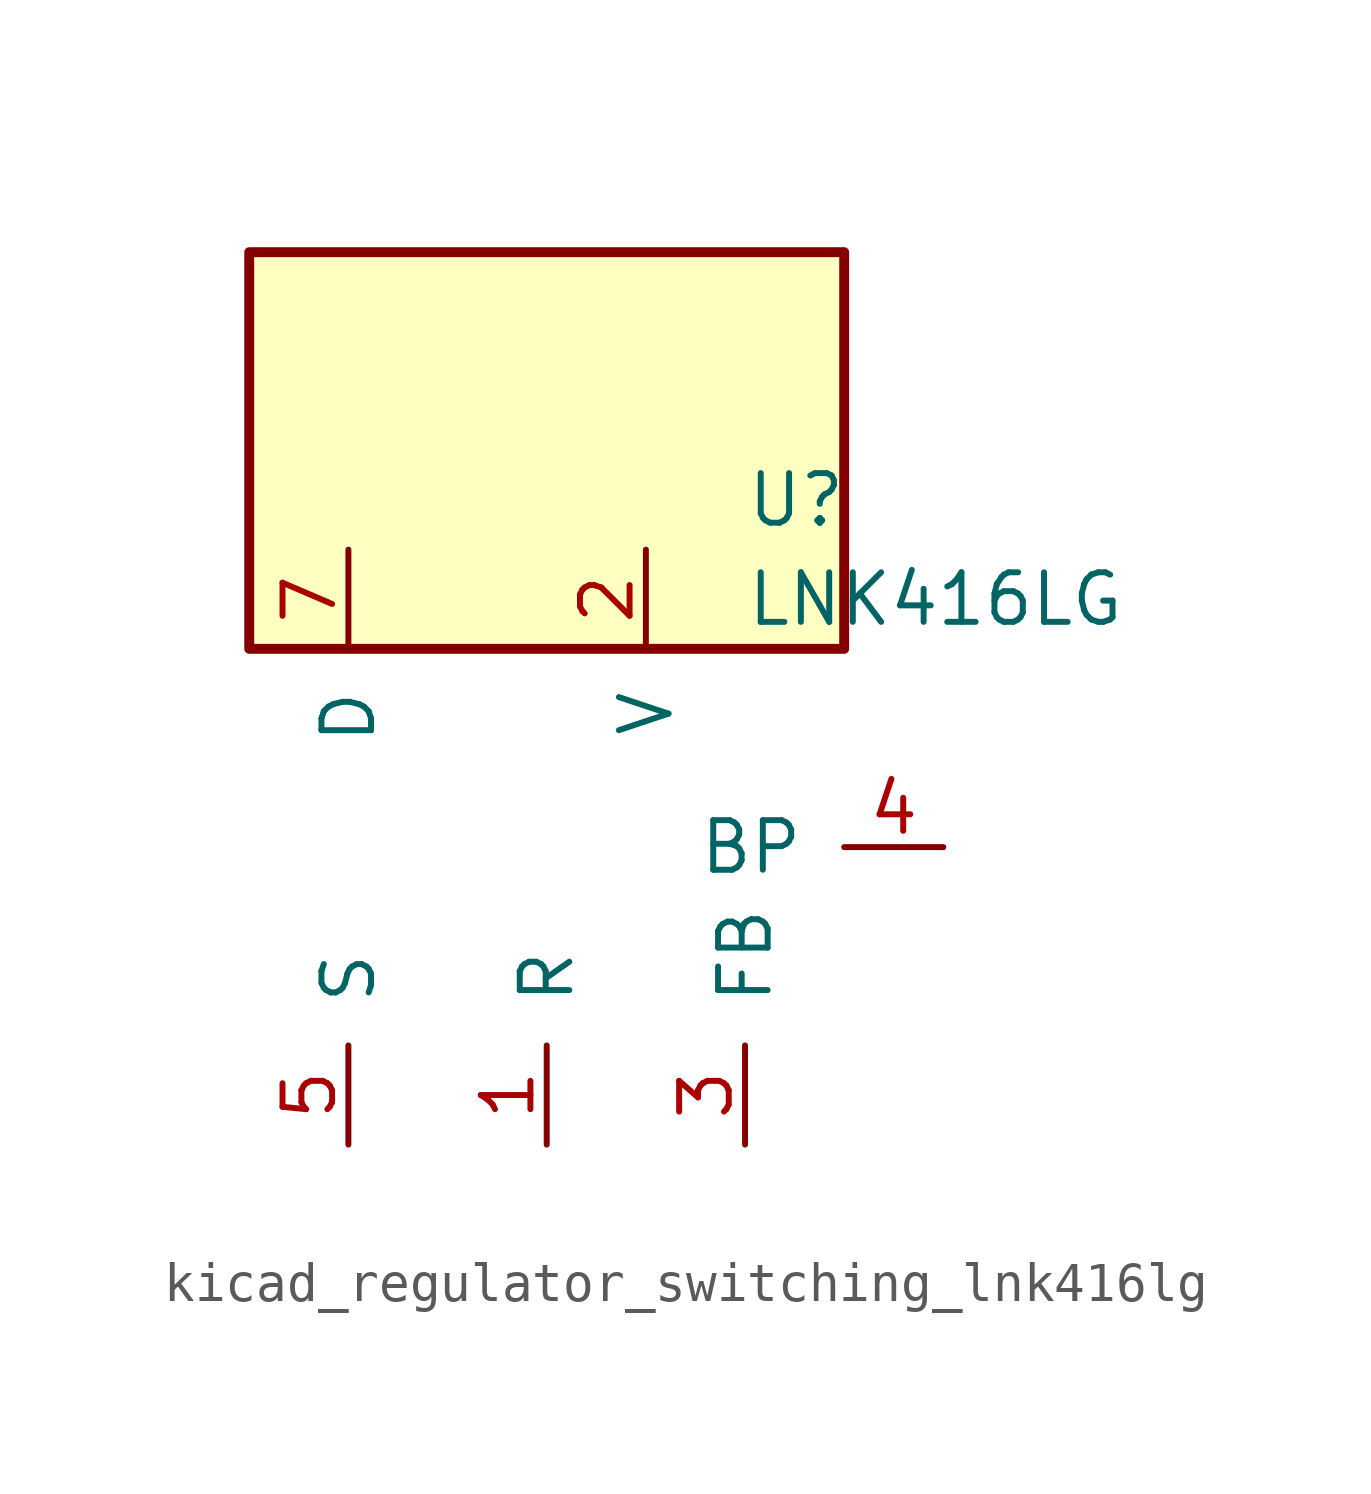
<source format=kicad_sym>
(kicad_symbol_lib
  (version 20220914)
  (generator kicad_symbol_editor)
  (symbol "kicad_regulator_switching_lnk416lg"
    (pin_names
      (offset 1.016))
    (property "Reference" "U"
      (at 5.08 8.89 0)
      (effects (font (size 1.27 1.27)) (justify left)))
    (property "Value" "LNK416LG"
      (at 5.08 6.35 0)
      (effects (font (size 1.27 1.27)) (justify left)))
    (symbol "kicad_regulator_switching_lnk416lg_0_1"
      (rectangle (start 7.62 15.24) (end -7.62 5.08) (stroke (width 0.254) (type default)) (fill (type background))))
    (symbol "kicad_regulator_switching_lnk416lg_1_1"
      (pin input line (at 0 -7.62 90) (length 2.54) (name "R" (effects (font (size 1.27 1.27)))) (number "1" (effects (font (size 1.27 1.27)))))
      (pin input line (at 2.54 7.62 270) (length 2.54) (name "V" (effects (font (size 1.27 1.27)))) (number "2" (effects (font (size 1.27 1.27)))))
      (pin input line (at 5.08 -7.62 90) (length 2.54) (name "FB" (effects (font (size 1.27 1.27)))) (number "3" (effects (font (size 1.27 1.27)))))
      (pin input line (at 10.16 0 180) (length 2.54) (name "BP" (effects (font (size 1.27 1.27)))) (number "4" (effects (font (size 1.27 1.27)))))
      (pin power_in line (at -5.08 -7.62 90) (length 2.54) (name "S" (effects (font (size 1.27 1.27)))) (number "5" (effects (font (size 1.27 1.27)))))
      (pin open_collector line (at -5.08 7.62 270) (length 2.54) (name "D" (effects (font (size 1.27 1.27)))) (number "7" (effects (font (size 1.27 1.27))))))))
</source>
